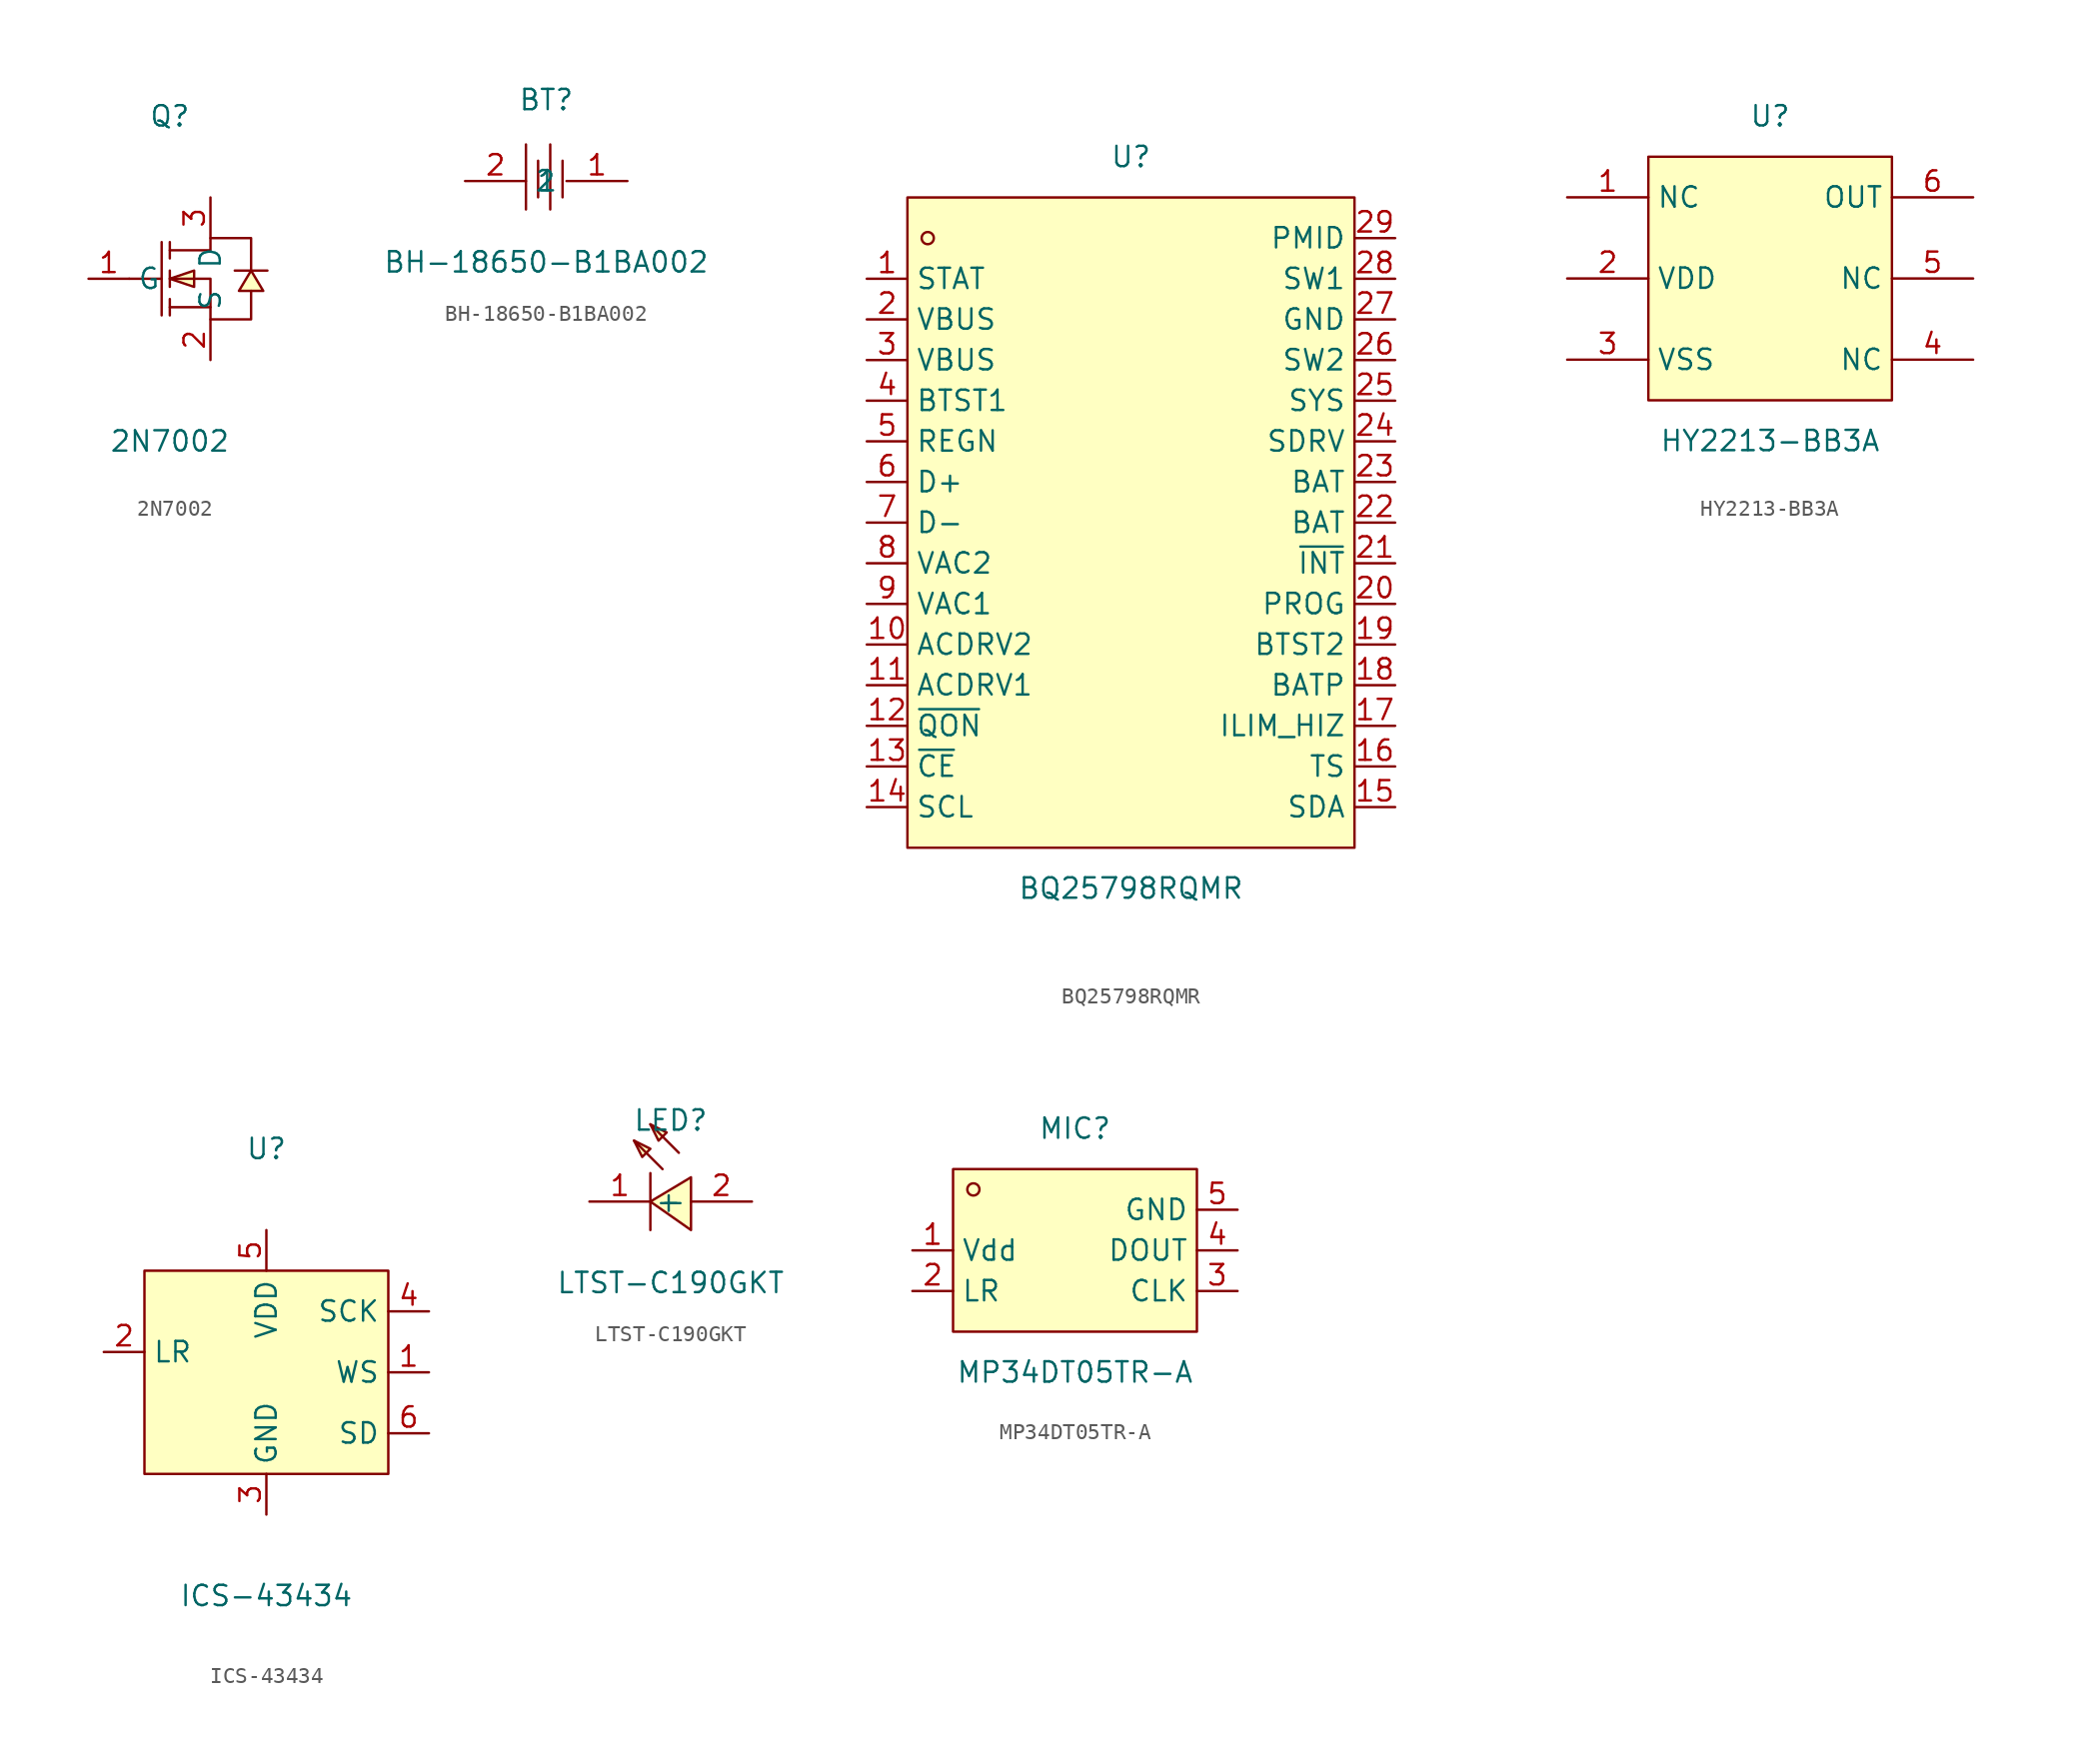
<source format=kicad_sym>
(kicad_symbol_lib
  (version 20211014)
  (generator https://github.com/uPesy/easyeda2kicad.py)
  (symbol "2N7002"
    (property "Reference" "Q"
      (at 0 10.16 0)
      (effects (font (size 1.27 1.27))))
    (property "Value" "2N7002"
      (at 0 -10.16 0)
      (effects (font (size 1.27 1.27))))
    (symbol "2N7002_0_1"
      (polyline (pts (xy 0.00 1.78) (xy 2.54 1.78) (xy 2.54 2.54) (xy 5.08 2.54) (xy 5.08 0.51)) (stroke (width 0) (type default) (color 0 0 0 0)) (fill (type none)))
      (polyline (pts (xy 0.00 -0.00) (xy 2.54 -0.00) (xy 2.54 -2.54) (xy 5.08 -2.54) (xy 5.08 -0.76)) (stroke (width 0) (type default) (color 0 0 0 0)) (fill (type none)))
      (polyline (pts (xy 2.54 -1.78) (xy 0.00 -1.78)) (stroke (width 0) (type default) (color 0 0 0 0)) (fill (type none)))
      (polyline (pts (xy -0.51 2.29) (xy -0.51 -2.29)) (stroke (width 0) (type default) (color 0 0 0 0)) (fill (type none)))
      (polyline (pts (xy 0.00 2.29) (xy 0.00 1.27)) (stroke (width 0) (type default) (color 0 0 0 0)) (fill (type none)))
      (polyline (pts (xy 0.00 -0.51) (xy 0.00 0.51)) (stroke (width 0) (type default) (color 0 0 0 0)) (fill (type none)))
      (polyline (pts (xy 0.00 -2.29) (xy 0.00 -1.27)) (stroke (width 0) (type default) (color 0 0 0 0)) (fill (type none)))
      (polyline (pts (xy -2.54 -0.00) (xy -0.51 -0.00)) (stroke (width 0) (type default) (color 0 0 0 0)) (fill (type none)))
      (polyline (pts (xy 6.10 0.51) (xy 5.59 0.51) (xy 4.57 0.51) (xy 4.06 0.51)) (stroke (width 0) (type default) (color 0 0 0 0)) (fill (type none)))
      (polyline (pts (xy 0.00 -0.00) (xy 1.52 -0.51) (xy 1.52 0.51) (xy 0.00 -0.00)) (stroke (width 0) (type default) (color 0 0 0 0)) (fill (type background)))
      (polyline (pts (xy 5.08 0.51) (xy 4.32 -0.76) (xy 5.84 -0.76) (xy 5.08 0.51)) (stroke (width 0) (type default) (color 0 0 0 0)) (fill (type background)))
      (pin unspecified line (at 2.54 5.08 270) (length 2.54) (name "D" (effects (font (size 1.27 1.27)))) (number "3" (effects (font (size 1.27 1.27)))))
      (pin unspecified line (at -5.08 -0.00 0) (length 2.54) (name "G" (effects (font (size 1.27 1.27)))) (number "1" (effects (font (size 1.27 1.27)))))
      (pin unspecified line (at 2.54 -5.08 90) (length 2.54) (name "S" (effects (font (size 1.27 1.27)))) (number "2" (effects (font (size 1.27 1.27)))))))
  (symbol "BH-18650-B1BA002"
    (property "Reference" "BT"
      (at 0 5.08 0)
      (effects (font (size 1.27 1.27))))
    (property "Value" "BH-18650-B1BA002"
      (at 0 -5.08 0)
      (effects (font (size 1.27 1.27))))
    (symbol "BH-18650-B1BA002_0_1"
      (polyline (pts (xy 1.02 1.27) (xy 1.02 -1.02)) (stroke (width 0) (type default) (color 0 0 0 0)) (fill (type none)))
      (polyline (pts (xy 0.25 2.29) (xy 0.25 -1.78)) (stroke (width 0) (type default) (color 0 0 0 0)) (fill (type none)))
      (polyline (pts (xy -0.51 1.27) (xy -0.51 -1.02)) (stroke (width 0) (type default) (color 0 0 0 0)) (fill (type none)))
      (polyline (pts (xy -1.27 2.29) (xy -1.27 -1.78)) (stroke (width 0) (type default) (color 0 0 0 0)) (fill (type none)))
      (pin input line (at -5.08 -0.00 0) (length 3.81) (name "2" (effects (font (size 1.27 1.27)))) (number "2" (effects (font (size 1.27 1.27)))))
      (pin input line (at 5.08 -0.00 180) (length 3.81) (name "1" (effects (font (size 1.27 1.27)))) (number "1" (effects (font (size 1.27 1.27)))))))
  (symbol "BQ25798RQMR"
    (property "Reference" "U"
      (at 0 25.40 0)
      (effects (font (size 1.27 1.27))))
    (property "Value" "BQ25798RQMR"
      (at 0 -20.32 0)
      (effects (font (size 1.27 1.27))))
    (symbol "BQ25798RQMR_0_1"
      (rectangle (start -13.97 22.86) (end 13.97 -17.78) (stroke (width 0) (type default) (color 0 0 0 0)) (fill (type background)))
      (circle (center -12.70 20.32) (radius 0.38) (stroke (width 0) (type default) (color 0 0 0 0)) (fill (type none)))
      (pin unspecified line (at -16.51 17.78 0) (length 2.54) (name "STAT" (effects (font (size 1.27 1.27)))) (number "1" (effects (font (size 1.27 1.27)))))
      (pin unspecified line (at -16.51 15.24 0) (length 2.54) (name "VBUS" (effects (font (size 1.27 1.27)))) (number "2" (effects (font (size 1.27 1.27)))))
      (pin unspecified line (at -16.51 12.70 0) (length 2.54) (name "VBUS" (effects (font (size 1.27 1.27)))) (number "3" (effects (font (size 1.27 1.27)))))
      (pin unspecified line (at -16.51 10.16 0) (length 2.54) (name "BTST1" (effects (font (size 1.27 1.27)))) (number "4" (effects (font (size 1.27 1.27)))))
      (pin unspecified line (at -16.51 7.62 0) (length 2.54) (name "REGN" (effects (font (size 1.27 1.27)))) (number "5" (effects (font (size 1.27 1.27)))))
      (pin unspecified line (at -16.51 5.08 0) (length 2.54) (name "D+" (effects (font (size 1.27 1.27)))) (number "6" (effects (font (size 1.27 1.27)))))
      (pin unspecified line (at -16.51 2.54 0) (length 2.54) (name "D-" (effects (font (size 1.27 1.27)))) (number "7" (effects (font (size 1.27 1.27)))))
      (pin unspecified line (at -16.51 -0.00 0) (length 2.54) (name "VAC2" (effects (font (size 1.27 1.27)))) (number "8" (effects (font (size 1.27 1.27)))))
      (pin unspecified line (at -16.51 -2.54 0) (length 2.54) (name "VAC1" (effects (font (size 1.27 1.27)))) (number "9" (effects (font (size 1.27 1.27)))))
      (pin unspecified line (at -16.51 -5.08 0) (length 2.54) (name "ACDRV2" (effects (font (size 1.27 1.27)))) (number "10" (effects (font (size 1.27 1.27)))))
      (pin unspecified line (at -16.51 -7.62 0) (length 2.54) (name "ACDRV1" (effects (font (size 1.27 1.27)))) (number "11" (effects (font (size 1.27 1.27)))))
      (pin unspecified line (at -16.51 -10.16 0) (length 2.54) (name "~{QON}" (effects (font (size 1.27 1.27)))) (number "12" (effects (font (size 1.27 1.27)))))
      (pin unspecified line (at -16.51 -12.70 0) (length 2.54) (name "~{CE}" (effects (font (size 1.27 1.27)))) (number "13" (effects (font (size 1.27 1.27)))))
      (pin unspecified line (at -16.51 -15.24 0) (length 2.54) (name "SCL" (effects (font (size 1.27 1.27)))) (number "14" (effects (font (size 1.27 1.27)))))
      (pin unspecified line (at 16.51 -15.24 180) (length 2.54) (name "SDA" (effects (font (size 1.27 1.27)))) (number "15" (effects (font (size 1.27 1.27)))))
      (pin unspecified line (at 16.51 -12.70 180) (length 2.54) (name "TS" (effects (font (size 1.27 1.27)))) (number "16" (effects (font (size 1.27 1.27)))))
      (pin unspecified line (at 16.51 -10.16 180) (length 2.54) (name "ILIM_HIZ" (effects (font (size 1.27 1.27)))) (number "17" (effects (font (size 1.27 1.27)))))
      (pin unspecified line (at 16.51 -7.62 180) (length 2.54) (name "BATP" (effects (font (size 1.27 1.27)))) (number "18" (effects (font (size 1.27 1.27)))))
      (pin unspecified line (at 16.51 -5.08 180) (length 2.54) (name "BTST2" (effects (font (size 1.27 1.27)))) (number "19" (effects (font (size 1.27 1.27)))))
      (pin unspecified line (at 16.51 -2.54 180) (length 2.54) (name "PROG" (effects (font (size 1.27 1.27)))) (number "20" (effects (font (size 1.27 1.27)))))
      (pin unspecified line (at 16.51 -0.00 180) (length 2.54) (name "~{INT}" (effects (font (size 1.27 1.27)))) (number "21" (effects (font (size 1.27 1.27)))))
      (pin unspecified line (at 16.51 2.54 180) (length 2.54) (name "BAT" (effects (font (size 1.27 1.27)))) (number "22" (effects (font (size 1.27 1.27)))))
      (pin unspecified line (at 16.51 5.08 180) (length 2.54) (name "BAT" (effects (font (size 1.27 1.27)))) (number "23" (effects (font (size 1.27 1.27)))))
      (pin unspecified line (at 16.51 7.62 180) (length 2.54) (name "SDRV" (effects (font (size 1.27 1.27)))) (number "24" (effects (font (size 1.27 1.27)))))
      (pin unspecified line (at 16.51 10.16 180) (length 2.54) (name "SYS" (effects (font (size 1.27 1.27)))) (number "25" (effects (font (size 1.27 1.27)))))
      (pin unspecified line (at 16.51 12.70 180) (length 2.54) (name "SW2" (effects (font (size 1.27 1.27)))) (number "26" (effects (font (size 1.27 1.27)))))
      (pin unspecified line (at 16.51 15.24 180) (length 2.54) (name "GND" (effects (font (size 1.27 1.27)))) (number "27" (effects (font (size 1.27 1.27)))))
      (pin unspecified line (at 16.51 17.78 180) (length 2.54) (name "SW1" (effects (font (size 1.27 1.27)))) (number "28" (effects (font (size 1.27 1.27)))))
      (pin unspecified line (at 16.51 20.32 180) (length 2.54) (name "PMID" (effects (font (size 1.27 1.27)))) (number "29" (effects (font (size 1.27 1.27)))))))
  (symbol "HY2213-BB3A"
    (property "Reference" "U"
      (at 0 10.16 0)
      (effects (font (size 1.27 1.27))))
    (property "Value" "HY2213-BB3A"
      (at 0 -10.16 0)
      (effects (font (size 1.27 1.27))))
    (symbol "HY2213-BB3A_0_1"
      (rectangle (start -7.62 7.62) (end 7.62 -7.62) (stroke (width 0) (type default) (color 0 0 0 0)) (fill (type background)))
      (pin unspecified line (at -12.70 5.08 0) (length 5.08) (name "NC" (effects (font (size 1.27 1.27)))) (number "1" (effects (font (size 1.27 1.27)))))
      (pin unspecified line (at -12.70 -0.00 0) (length 5.08) (name "VDD" (effects (font (size 1.27 1.27)))) (number "2" (effects (font (size 1.27 1.27)))))
      (pin unspecified line (at -12.70 -5.08 0) (length 5.08) (name "VSS" (effects (font (size 1.27 1.27)))) (number "3" (effects (font (size 1.27 1.27)))))
      (pin unspecified line (at 12.70 -5.08 180) (length 5.08) (name "NC" (effects (font (size 1.27 1.27)))) (number "4" (effects (font (size 1.27 1.27)))))
      (pin unspecified line (at 12.70 -0.00 180) (length 5.08) (name "NC" (effects (font (size 1.27 1.27)))) (number "5" (effects (font (size 1.27 1.27)))))
      (pin unspecified line (at 12.70 5.08 180) (length 5.08) (name "OUT" (effects (font (size 1.27 1.27)))) (number "6" (effects (font (size 1.27 1.27)))))))
  (symbol "ICS-43434"
    (property "Reference" "U"
      (at 0 13.97 0)
      (effects (font (size 1.27 1.27))))
    (property "Value" "ICS-43434"
      (at 0 -13.97 0)
      (effects (font (size 1.27 1.27))))
    (symbol "ICS-43434_0_1"
      (rectangle (start -7.62 6.35) (end 7.62 -6.35) (stroke (width 0) (type default) (color 0 0 0 0)) (fill (type background)))
      (pin unspecified line (at -10.16 1.27 0) (length 2.54) (name "LR" (effects (font (size 1.27 1.27)))) (number "2" (effects (font (size 1.27 1.27)))))
      (pin unspecified line (at 0.00 -8.89 90) (length 2.54) (name "GND" (effects (font (size 1.27 1.27)))) (number "3" (effects (font (size 1.27 1.27)))))
      (pin unspecified line (at 10.16 3.81 180) (length 2.54) (name "SCK" (effects (font (size 1.27 1.27)))) (number "4" (effects (font (size 1.27 1.27)))))
      (pin unspecified line (at 0.00 8.89 270) (length 2.54) (name "VDD" (effects (font (size 1.27 1.27)))) (number "5" (effects (font (size 1.27 1.27)))))
      (pin unspecified line (at 10.16 -3.81 180) (length 2.54) (name "SD" (effects (font (size 1.27 1.27)))) (number "6" (effects (font (size 1.27 1.27)))))
      (pin unspecified line (at 10.16 -0.00 180) (length 2.54) (name "WS" (effects (font (size 1.27 1.27)))) (number "1" (effects (font (size 1.27 1.27)))))))
  (symbol "LTST-C190GKT"
    (property "Reference" "LED"
      (at 0 2.54 0)
      (effects (font (size 1.27 1.27))))
    (property "Value" "LTST-C190GKT"
      (at 0 -7.62 0)
      (effects (font (size 1.27 1.27))))
    (symbol "LTST-C190GKT_0_1"
      (polyline (pts (xy 1.27 -1.02) (xy -1.27 -2.54) (xy 1.27 -4.32) (xy 1.27 -1.02)) (stroke (width 0) (type default) (color 0 0 0 0)) (fill (type background)))
      (polyline (pts (xy -1.27 -0.76) (xy -1.27 -4.32)) (stroke (width 0) (type default) (color 0 0 0 0)) (fill (type none)))
      (polyline (pts (xy -0.51 -0.51) (xy -2.29 1.27)) (stroke (width 0) (type default) (color 0 0 0 0)) (fill (type none)))
      (polyline (pts (xy 0.51 0.51) (xy -1.27 2.29)) (stroke (width 0) (type default) (color 0 0 0 0)) (fill (type none)))
      (polyline (pts (xy -2.29 1.27) (xy -1.78 0.25) (xy -1.27 0.76) (xy -2.29 1.27)) (stroke (width 0) (type default) (color 0 0 0 0)) (fill (type background)))
      (polyline (pts (xy -1.27 2.29) (xy -0.76 1.27) (xy -0.25 1.78) (xy -1.27 2.29)) (stroke (width 0) (type default) (color 0 0 0 0)) (fill (type background)))
      (pin unspecified line (at -5.08 -2.54 0) (length 3.81) (name "-" (effects (font (size 1.27 1.27)))) (number "1" (effects (font (size 1.27 1.27)))))
      (pin unspecified line (at 5.08 -2.54 180) (length 3.81) (name "+" (effects (font (size 1.27 1.27)))) (number "2" (effects (font (size 1.27 1.27)))))))
  (symbol "MP34DT05TR-A"
    (property "Reference" "MIC"
      (at 0 7.62 0)
      (effects (font (size 1.27 1.27))))
    (property "Value" "MP34DT05TR-A"
      (at 0 -7.62 0)
      (effects (font (size 1.27 1.27))))
    (symbol "MP34DT05TR-A_0_1"
      (rectangle (start -7.62 5.08) (end 7.62 -5.08) (stroke (width 0) (type default) (color 0 0 0 0)) (fill (type background)))
      (circle (center -6.35 3.81) (radius 0.38) (stroke (width 0) (type default) (color 0 0 0 0)) (fill (type none)))
      (pin unspecified line (at -10.16 -0.00 0) (length 2.54) (name "Vdd" (effects (font (size 1.27 1.27)))) (number "1" (effects (font (size 1.27 1.27)))))
      (pin unspecified line (at -10.16 -2.54 0) (length 2.54) (name "LR" (effects (font (size 1.27 1.27)))) (number "2" (effects (font (size 1.27 1.27)))))
      (pin unspecified line (at 10.16 -2.54 180) (length 2.54) (name "CLK" (effects (font (size 1.27 1.27)))) (number "3" (effects (font (size 1.27 1.27)))))
      (pin unspecified line (at 10.16 -0.00 180) (length 2.54) (name "DOUT" (effects (font (size 1.27 1.27)))) (number "4" (effects (font (size 1.27 1.27)))))
      (pin unspecified line (at 10.16 2.54 180) (length 2.54) (name "GND" (effects (font (size 1.27 1.27)))) (number "5" (effects (font (size 1.27 1.27))))))))
</source>
